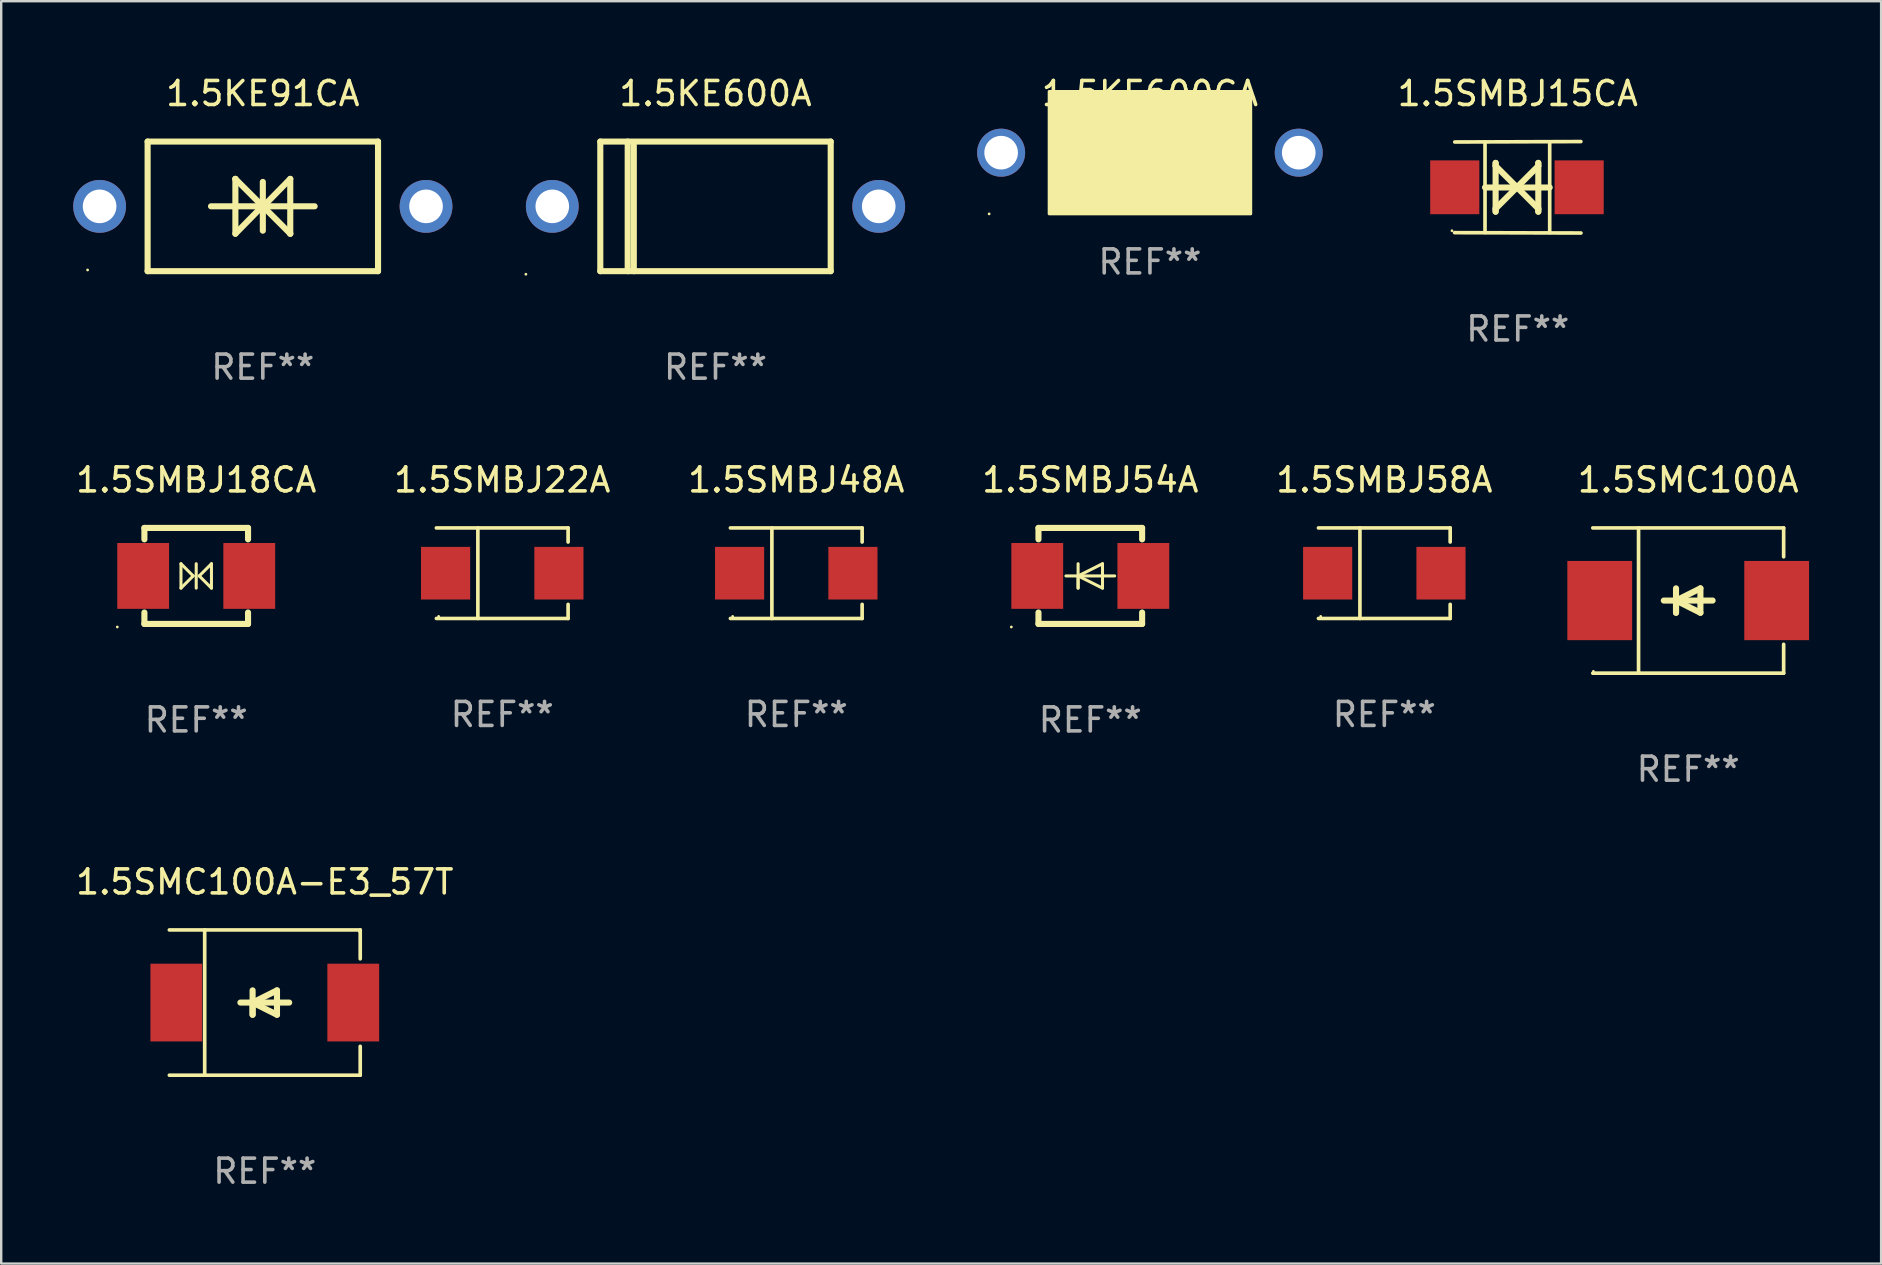
<source format=kicad_pcb>
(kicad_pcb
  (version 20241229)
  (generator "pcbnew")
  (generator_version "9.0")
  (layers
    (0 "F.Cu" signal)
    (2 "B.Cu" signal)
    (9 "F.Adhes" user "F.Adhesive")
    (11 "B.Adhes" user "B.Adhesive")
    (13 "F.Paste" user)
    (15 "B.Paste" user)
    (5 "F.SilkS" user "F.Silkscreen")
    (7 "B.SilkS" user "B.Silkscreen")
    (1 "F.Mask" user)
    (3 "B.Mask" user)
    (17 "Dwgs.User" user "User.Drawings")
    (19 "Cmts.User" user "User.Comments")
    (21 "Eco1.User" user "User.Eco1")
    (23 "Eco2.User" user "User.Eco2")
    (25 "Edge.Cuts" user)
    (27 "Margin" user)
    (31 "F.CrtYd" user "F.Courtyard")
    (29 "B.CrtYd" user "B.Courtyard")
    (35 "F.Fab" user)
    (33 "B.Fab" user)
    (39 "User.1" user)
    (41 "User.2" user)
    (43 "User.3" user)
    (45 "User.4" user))
  (footprint "1.5SMBJ54A"
    (layer "F.Cu")
    (at 42.375 20.945)
    (property "Reference" "1.5SMBJ54A" (at 0 -4 0) (layer "F.SilkS") (effects (font (size 1 1) (thickness 0.15))))
    (attr through_hole)
    (fp_line (start -2.159 -2) (end 2.159 -2) (stroke (width 0.254) (type solid)) (layer "F.SilkS"))
    (fp_line (start -2.159 -1.524) (end -2.159 -2) (stroke (width 0.254) (type solid)) (layer "F.SilkS"))
    (fp_line (start -2.159 1.524) (end -2.159 2) (stroke (width 0.254) (type solid)) (layer "F.SilkS"))
    (fp_line (start -2.159 2) (end 2.159 2) (stroke (width 0.254) (type solid)) (layer "F.SilkS"))
    (fp_line (start -0.508 0) (end -0.508 0.508) (stroke (width 0.127) (type solid)) (layer "F.SilkS"))
    (fp_line (start -0.508 0) (end 0.508 0.508) (stroke (width 0.127) (type solid)) (layer "F.SilkS"))
    (fp_line (start -0.508 0.508) (end -0.508 -0.508) (stroke (width 0.127) (type solid)) (layer "F.SilkS"))
    (fp_line (start 0.508 -0.508) (end -0.508 0) (stroke (width 0.127) (type solid)) (layer "F.SilkS"))
    (fp_line (start 0.508 0.508) (end 0.508 -0.508) (stroke (width 0.127) (type solid)) (layer "F.SilkS"))
    (fp_line (start 1.016 0) (end -1.016 0) (stroke (width 0.127) (type solid)) (layer "F.SilkS"))
    (fp_line (start 2.159 -2) (end 2.159 -1.524) (stroke (width 0.254) (type solid)) (layer "F.SilkS"))
    (fp_line (start 2.159 2) (end 2.159 1.524) (stroke (width 0.254) (type solid)) (layer "F.SilkS"))
    (fp_circle (center -3.289 2.127) (end -3.259 2.127) (stroke (width 0.06) (type solid)) (fill no) (layer "F.SilkS"))
    (fp_text user "REF**" (at 0 6 0) (layer "F.Fab") (effects (font (size 1 1) (thickness 0.15))))
    (pad "1" smd rect (at -2.21 0 180) (size 2.159 2.743) (layers "F.Cu" "F.Mask" "F.Paste"))
    (pad "2" smd rect (at 2.21 0 180) (size 2.159 2.743) (layers "F.Cu" "F.Mask" "F.Paste")))
  (footprint "1.5KE600A"
    (layer "F.Cu")
    (at 26.76 5.548)
    (property "Reference" "1.5KE600A" (at 0 -4.7 0) (layer "F.SilkS") (effects (font (size 1 1) (thickness 0.15))))
    (attr through_hole)
    (fp_line (start -4.8 -2.7) (end 4.8 -2.7) (stroke (width 0.254) (type solid)) (layer "F.SilkS"))
    (fp_line (start -4.8 2.7) (end -4.8 -2.7) (stroke (width 0.254) (type solid)) (layer "F.SilkS"))
    (fp_line (start -3.658 2.7) (end -3.658 -2.7) (stroke (width 0.254) (type solid)) (layer "F.SilkS"))
    (fp_line (start -3.404 2.7) (end -3.404 -2.54) (stroke (width 0.254) (type solid)) (layer "F.SilkS"))
    (fp_line (start 4.8 2.7) (end -4.8 2.7) (stroke (width 0.254) (type solid)) (layer "F.SilkS"))
    (fp_line (start 4.8 2.7) (end 4.8 -2.7) (stroke (width 0.254) (type solid)) (layer "F.SilkS"))
    (fp_circle (center -7.9 2.827) (end -7.87 2.827) (stroke (width 0.06) (type solid)) (fill no) (layer "F.SilkS"))
    (fp_text user "REF**" (at 0 6.7 0) (layer "F.Fab") (effects (font (size 1 1) (thickness 0.15))))
    (pad "1" thru_hole circle (at -6.8 0) (size 2.2 2.2) (drill 1.4) (layers "*.Cu" "*.Mask"))
    (pad "2" thru_hole circle (at 6.8 0) (size 2.2 2.2) (drill 1.4) (layers "*.Cu" "*.Mask")))
  (footprint "1.5SMBJ15CA"
    (layer "F.Cu")
    (at 60.185 4.753)
    (property "Reference" "1.5SMBJ15CA" (at 0 -3.905 0) (layer "F.SilkS") (effects (font (size 1 1) (thickness 0.15))))
    (attr through_hole)
    (fp_line (start -1.365 1.886) (end -1.365 -1.886) (stroke (width 0.152) (type solid)) (layer "F.SilkS"))
    (fp_line (start -1.365 0.008) (end 1.33 0.008) (stroke (width 0.254) (type solid)) (layer "F.SilkS"))
    (fp_line (start -0.923 -1.016) (end -0.923 1.016) (stroke (width 0.254) (type solid)) (layer "F.SilkS"))
    (fp_line (start -0.923 -0.889) (end -0.923 -1.016) (stroke (width 0.254) (type solid)) (layer "F.SilkS"))
    (fp_line (start -0.923 0.889) (end -0.034 0) (stroke (width 0.254) (type solid)) (layer "F.SilkS"))
    (fp_line (start -0.923 1.016) (end -0.923 0.889) (stroke (width 0.254) (type solid)) (layer "F.SilkS"))
    (fp_line (start -0.034 0) (end -0.923 -0.889) (stroke (width 0.254) (type solid)) (layer "F.SilkS"))
    (fp_line (start -0.034 0) (end 0.855 0.889) (stroke (width 0.254) (type solid)) (layer "F.SilkS"))
    (fp_line (start 0.855 -1.016) (end 0.855 -0.889) (stroke (width 0.254) (type solid)) (layer "F.SilkS"))
    (fp_line (start 0.855 -0.889) (end -0.034 0) (stroke (width 0.254) (type solid)) (layer "F.SilkS"))
    (fp_line (start 0.855 0.889) (end 0.855 1.016) (stroke (width 0.254) (type solid)) (layer "F.SilkS"))
    (fp_line (start 0.855 1.016) (end 0.855 -1.016) (stroke (width 0.254) (type solid)) (layer "F.SilkS"))
    (fp_line (start 1.33 1.886) (end 1.33 -1.886) (stroke (width 0.152) (type solid)) (layer "F.SilkS"))
    (fp_line (start 2.629 -1.905) (end -2.625 -1.887) (stroke (width 0.152) (type solid)) (layer "F.SilkS"))
    (fp_line (start 2.633 1.905) (end -2.633 1.89) (stroke (width 0.152) (type solid)) (layer "F.SilkS"))
    (fp_circle (center -2.741 1.81) (end -2.711 1.81) (stroke (width 0.06) (type solid)) (fill no) (layer "F.SilkS"))
    (fp_text user "REF**" (at 0 5.905 0) (layer "F.Fab") (effects (font (size 1 1) (thickness 0.15))))
    (pad "1" smd rect (at -2.625 0) (size 2.047 2.241) (layers "F.Cu" "F.Mask" "F.Paste"))
    (pad "2" smd rect (at 2.557 0) (size 2.047 2.241) (layers "F.Cu" "F.Mask" "F.Paste")))
  (footprint "1.5SMC100A"
    (layer "F.Cu")
    (at 67.286 21.971)
    (property "Reference" "1.5SMC100A" (at 0 -5.026 0) (layer "F.SilkS") (effects (font (size 1 1) (thickness 0.15))))
    (attr through_hole)
    (fp_line (start -3.976 -3.026) (end 3.976 -3.026) (stroke (width 0.152) (type solid)) (layer "F.SilkS"))
    (fp_line (start -3.976 3.026) (end 3.976 3.026) (stroke (width 0.152) (type solid)) (layer "F.SilkS"))
    (fp_line (start -2.069 -3.026) (end -2.069 3.026) (stroke (width 0.152) (type solid)) (layer "F.SilkS"))
    (fp_line (start -0.508 0) (end -0.508 0.508) (stroke (width 0.254) (type solid)) (layer "F.SilkS"))
    (fp_line (start -0.508 0) (end 0.508 0.508) (stroke (width 0.254) (type solid)) (layer "F.SilkS"))
    (fp_line (start -0.508 0.508) (end -0.508 -0.508) (stroke (width 0.254) (type solid)) (layer "F.SilkS"))
    (fp_line (start 0.508 -0.508) (end -0.508 0) (stroke (width 0.254) (type solid)) (layer "F.SilkS"))
    (fp_line (start 0.508 0.508) (end 0.508 -0.508) (stroke (width 0.254) (type solid)) (layer "F.SilkS"))
    (fp_line (start 1.016 0) (end -1.016 0) (stroke (width 0.254) (type solid)) (layer "F.SilkS"))
    (fp_line (start 3.976 -3.026) (end 3.976 -1.823) (stroke (width 0.152) (type solid)) (layer "F.SilkS"))
    (fp_line (start 3.976 3.026) (end 3.976 1.823) (stroke (width 0.152) (type solid)) (layer "F.SilkS"))
    (fp_circle (center -3.95 2.95) (end -3.92 2.95) (stroke (width 0.06) (type solid)) (fill no) (layer "F.SilkS"))
    (fp_text user "REF**" (at 0 7.026 0) (layer "F.Fab") (effects (font (size 1 1) (thickness 0.15))))
    (pad "1" smd rect (at -3.686 0) (size 2.7 3.3) (layers "F.Cu" "F.Mask" "F.Paste"))
    (pad "2" smd rect (at 3.686 0) (size 2.7 3.3) (layers "F.Cu" "F.Mask" "F.Paste")))
  (footprint "1.5KE600CA"
    (layer "F.Cu")
    (at 44.86 3.356)
    (property "Reference" "1.5KE600CA" (at 0 -2.508 0) (layer "F.SilkS") (effects (font (size 1 1) (thickness 0.15))))
    (attr through_hole)
    (fp_line (start -1.498 0) (end 0.534 0) (stroke (width 0.254) (type solid)) (layer "F.SilkS"))
    (fp_line (start -0.99 -0.508) (end -0.99 0.508) (stroke (width 0.254) (type solid)) (layer "F.SilkS"))
    (fp_line (start -0.99 0.508) (end 0.026 0) (stroke (width 0.254) (type solid)) (layer "F.SilkS"))
    (fp_line (start 0.026 -0.508) (end 0.026 0.508) (stroke (width 0.254) (type solid)) (layer "F.SilkS"))
    (fp_line (start 0.026 0) (end -0.99 -0.508) (stroke (width 0.254) (type solid)) (layer "F.SilkS"))
    (fp_line (start 0.026 0) (end 0.026 -0.508) (stroke (width 0.254) (type solid)) (layer "F.SilkS"))
    (fp_line (start 0.038 0) (end 0.038 0.508) (stroke (width 0.254) (type solid)) (layer "F.SilkS"))
    (fp_line (start 0.038 0) (end 1.054 0.508) (stroke (width 0.254) (type solid)) (layer "F.SilkS"))
    (fp_line (start 0.038 0.508) (end 0.038 -0.508) (stroke (width 0.254) (type solid)) (layer "F.SilkS"))
    (fp_line (start 1.054 -0.508) (end 0.038 0) (stroke (width 0.254) (type solid)) (layer "F.SilkS"))
    (fp_line (start 1.054 0.508) (end 1.054 -0.508) (stroke (width 0.254) (type solid)) (layer "F.SilkS"))
    (fp_line (start 1.562 0) (end -0.47 0) (stroke (width 0.254) (type solid)) (layer "F.SilkS"))
    (fp_circle (center -6.7 2.505) (end -6.67 2.505) (stroke (width 0.06) (type solid)) (fill no) (layer "F.SilkS"))
    (fp_poly (pts (xy -4.2 -2.595) (xy 4.2 -2.595) (xy 4.2 2.505) (xy -4.2 2.505)) (stroke (width 0.12) (type solid)) (fill yes) (layer "F.SilkS"))
    (fp_text user "REF**" (at 0 4.508 0) (layer "F.Fab") (effects (font (size 1 1) (thickness 0.15))))
    (pad "1" thru_hole circle (at -6.2 -0.045) (size 2 2) (drill 1.4) (layers "*.Cu" "*.Mask"))
    (pad "2" thru_hole circle (at 6.2 -0.045) (size 2 2) (drill 1.4) (layers "*.Cu" "*.Mask")))
  (footprint "1.5SMBJ48A"
    (layer "F.Cu")
    (at 30.125 20.831)
    (property "Reference" "1.5SMBJ48A" (at 0 -3.886 0) (layer "F.SilkS") (effects (font (size 1 1) (thickness 0.15))))
    (attr through_hole)
    (fp_line (start -2.744 -1.886) (end 2.744 -1.886) (stroke (width 0.152) (type solid)) (layer "F.SilkS"))
    (fp_line (start -2.744 1.886) (end 2.744 1.886) (stroke (width 0.152) (type solid)) (layer "F.SilkS"))
    (fp_line (start -1.016 -1.886) (end -1.016 1.886) (stroke (width 0.152) (type solid)) (layer "F.SilkS"))
    (fp_line (start 2.744 -1.886) (end 2.744 -1.299) (stroke (width 0.152) (type solid)) (layer "F.SilkS"))
    (fp_line (start 2.744 1.886) (end 2.744 1.299) (stroke (width 0.152) (type solid)) (layer "F.SilkS"))
    (fp_circle (center -2.65 1.8) (end -2.62 1.8) (stroke (width 0.06) (type solid)) (fill no) (layer "F.SilkS"))
    (fp_text user "REF**" (at 0 5.886 0) (layer "F.Fab") (effects (font (size 1 1) (thickness 0.15))))
    (pad "1" smd rect (at -2.361 0) (size 2.047 2.192) (layers "F.Cu" "F.Mask" "F.Paste"))
    (pad "2" smd rect (at 2.361 0) (size 2.047 2.192) (layers "F.Cu" "F.Mask" "F.Paste")))
  (footprint "1.5SMBJ18CA"
    (layer "F.Cu")
    (at 5.125 20.945)
    (property "Reference" "1.5SMBJ18CA" (at 0 -4 0) (layer "F.SilkS") (effects (font (size 1 1) (thickness 0.15))))
    (attr through_hole)
    (fp_line (start -2.159 -2) (end 2.159 -2) (stroke (width 0.254) (type solid)) (layer "F.SilkS"))
    (fp_line (start -2.159 -1.524) (end -2.159 -2) (stroke (width 0.254) (type solid)) (layer "F.SilkS"))
    (fp_line (start -2.159 1.524) (end -2.159 2) (stroke (width 0.254) (type solid)) (layer "F.SilkS"))
    (fp_line (start -2.159 2) (end 2.159 2) (stroke (width 0.254) (type solid)) (layer "F.SilkS"))
    (fp_line (start -0.635 -0.508) (end -0.127 0) (stroke (width 0.127) (type solid)) (layer "F.SilkS"))
    (fp_line (start -0.635 0.508) (end -0.635 -0.508) (stroke (width 0.127) (type solid)) (layer "F.SilkS"))
    (fp_line (start -0.127 0) (end -0.635 0.508) (stroke (width 0.127) (type solid)) (layer "F.SilkS"))
    (fp_line (start 0 0.508) (end 0 -0.508) (stroke (width 0.127) (type solid)) (layer "F.SilkS"))
    (fp_line (start 0.127 0) (end 0.635 -0.508) (stroke (width 0.127) (type solid)) (layer "F.SilkS"))
    (fp_line (start 0.635 -0.508) (end 0.635 0.508) (stroke (width 0.127) (type solid)) (layer "F.SilkS"))
    (fp_line (start 0.635 0.508) (end 0.127 0) (stroke (width 0.127) (type solid)) (layer "F.SilkS"))
    (fp_line (start 2.159 -2) (end 2.159 -1.524) (stroke (width 0.254) (type solid)) (layer "F.SilkS"))
    (fp_line (start 2.159 2) (end 2.159 1.524) (stroke (width 0.254) (type solid)) (layer "F.SilkS"))
    (fp_circle (center -3.289 2.127) (end -3.259 2.127) (stroke (width 0.06) (type solid)) (fill no) (layer "F.SilkS"))
    (fp_text user "REF**" (at 0 6 0) (layer "F.Fab") (effects (font (size 1 1) (thickness 0.15))))
    (pad "1" smd rect (at -2.21 0 180) (size 2.159 2.743) (layers "F.Cu" "F.Mask" "F.Paste"))
    (pad "2" smd rect (at 2.21 0 180) (size 2.159 2.743) (layers "F.Cu" "F.Mask" "F.Paste")))
  (footprint "1.5SMC100A-E3_57T"
    (layer "F.Cu")
    (at 7.982 38.72)
    (property "Reference" "1.5SMC100A-E3_57T" (at 0 -5.026 0) (layer "F.SilkS") (effects (font (size 1 1) (thickness 0.15))))
    (attr through_hole)
    (fp_line (start -3.976 -3.026) (end 3.976 -3.026) (stroke (width 0.152) (type solid)) (layer "F.SilkS"))
    (fp_line (start -3.976 3.026) (end 3.976 3.026) (stroke (width 0.152) (type solid)) (layer "F.SilkS"))
    (fp_line (start -2.504 -3.026) (end -2.504 3.026) (stroke (width 0.152) (type solid)) (layer "F.SilkS"))
    (fp_line (start -0.508 0) (end -0.508 0.508) (stroke (width 0.254) (type solid)) (layer "F.SilkS"))
    (fp_line (start -0.508 0) (end 0.508 0.508) (stroke (width 0.254) (type solid)) (layer "F.SilkS"))
    (fp_line (start -0.508 0.508) (end -0.508 -0.508) (stroke (width 0.254) (type solid)) (layer "F.SilkS"))
    (fp_line (start 0.508 -0.508) (end -0.508 0) (stroke (width 0.254) (type solid)) (layer "F.SilkS"))
    (fp_line (start 0.508 0.508) (end 0.508 -0.508) (stroke (width 0.254) (type solid)) (layer "F.SilkS"))
    (fp_line (start 1.016 0) (end -1.016 0) (stroke (width 0.254) (type solid)) (layer "F.SilkS"))
    (fp_line (start 3.976 -3.026) (end 3.976 -1.823) (stroke (width 0.152) (type solid)) (layer "F.SilkS"))
    (fp_line (start 3.976 3.026) (end 3.976 1.823) (stroke (width 0.152) (type solid)) (layer "F.SilkS"))
    (fp_circle (center 3.95 -2.95) (end 3.98 -2.95) (stroke (width 0.06) (type solid)) (fill no) (layer "F.SilkS"))
    (fp_text user "REF**" (at 0 7.026 0) (layer "F.Fab") (effects (font (size 1 1) (thickness 0.15))))
    (pad "1" smd rect (at 3.686 0 180) (size 2.158 3.24) (layers "F.Cu" "F.Mask" "F.Paste"))
    (pad "2" smd rect (at -3.686 0 180) (size 2.158 3.24) (layers "F.Cu" "F.Mask" "F.Paste")))
  (footprint "1.5SMBJ22A"
    (layer "F.Cu")
    (at 17.875 20.831)
    (property "Reference" "1.5SMBJ22A" (at 0 -3.886 0) (layer "F.SilkS") (effects (font (size 1 1) (thickness 0.15))))
    (attr through_hole)
    (fp_line (start -2.744 -1.886) (end 2.744 -1.886) (stroke (width 0.152) (type solid)) (layer "F.SilkS"))
    (fp_line (start -2.744 1.886) (end 2.744 1.886) (stroke (width 0.152) (type solid)) (layer "F.SilkS"))
    (fp_line (start -1.016 -1.886) (end -1.016 1.886) (stroke (width 0.152) (type solid)) (layer "F.SilkS"))
    (fp_line (start 2.744 -1.886) (end 2.744 -1.299) (stroke (width 0.152) (type solid)) (layer "F.SilkS"))
    (fp_line (start 2.744 1.886) (end 2.744 1.299) (stroke (width 0.152) (type solid)) (layer "F.SilkS"))
    (fp_circle (center -2.65 1.8) (end -2.62 1.8) (stroke (width 0.06) (type solid)) (fill no) (layer "F.SilkS"))
    (fp_text user "REF**" (at 0 5.886 0) (layer "F.Fab") (effects (font (size 1 1) (thickness 0.15))))
    (pad "1" smd rect (at -2.361 0) (size 2.047 2.192) (layers "F.Cu" "F.Mask" "F.Paste"))
    (pad "2" smd rect (at 2.361 0) (size 2.047 2.192) (layers "F.Cu" "F.Mask" "F.Paste")))
  (footprint "1.5KE91CA"
    (layer "F.Cu")
    (at 7.9 5.548)
    (property "Reference" "1.5KE91CA" (at 0 -4.7 0) (layer "F.SilkS") (effects (font (size 1 1) (thickness 0.15))))
    (attr through_hole)
    (fp_line (start -4.8 -2.7) (end -4.8 2.7) (stroke (width 0.254) (type solid)) (layer "F.SilkS"))
    (fp_line (start -4.8 -2.7) (end 4.8 -2.7) (stroke (width 0.254) (type solid)) (layer "F.SilkS"))
    (fp_line (start -2.159 -0.003) (end 2.159 -0.003) (stroke (width 0.254) (type solid)) (layer "F.SilkS"))
    (fp_line (start -1.143 -1.146) (end -1.143 1.14) (stroke (width 0.254) (type solid)) (layer "F.SilkS"))
    (fp_line (start -1.143 -1.143) (end -1.143 -1.146) (stroke (width 0.254) (type solid)) (layer "F.SilkS"))
    (fp_line (start 0 -1.019) (end 0 1.013) (stroke (width 0.254) (type solid)) (layer "F.SilkS"))
    (fp_line (start 0 -0.026) (end -1.143 1.14) (stroke (width 0.254) (type solid)) (layer "F.SilkS"))
    (fp_line (start 0 -0.006) (end 1.143 1.137) (stroke (width 0.254) (type solid)) (layer "F.SilkS"))
    (fp_line (start 0 0) (end -1.143 -1.143) (stroke (width 0.254) (type solid)) (layer "F.SilkS"))
    (fp_line (start 0 0.02) (end 1.143 -1.146) (stroke (width 0.254) (type solid)) (layer "F.SilkS"))
    (fp_line (start 1.143 1.137) (end 1.143 1.14) (stroke (width 0.254) (type solid)) (layer "F.SilkS"))
    (fp_line (start 1.143 1.14) (end 1.143 -1.146) (stroke (width 0.254) (type solid)) (layer "F.SilkS"))
    (fp_line (start 4.8 -2.7) (end 4.8 2.7) (stroke (width 0.254) (type solid)) (layer "F.SilkS"))
    (fp_line (start 4.8 2.7) (end -4.8 2.7) (stroke (width 0.254) (type solid)) (layer "F.SilkS"))
    (fp_circle (center -7.3 2.65) (end -7.27 2.65) (stroke (width 0.06) (type solid)) (fill no) (layer "F.SilkS"))
    (fp_text user "REF**" (at 0 6.7 0) (layer "F.Fab") (effects (font (size 1 1) (thickness 0.15))))
    (pad "1" thru_hole circle (at -6.8 0) (size 2.2 2.2) (drill 1.4) (layers "*.Cu" "*.Mask"))
    (pad "2" thru_hole circle (at 6.8 0) (size 2.2 2.2) (drill 1.4) (layers "*.Cu" "*.Mask")))
  (footprint "1.5SMBJ58A"
    (layer "F.Cu")
    (at 54.625 20.831)
    (property "Reference" "1.5SMBJ58A" (at 0 -3.886 0) (layer "F.SilkS") (effects (font (size 1 1) (thickness 0.15))))
    (attr through_hole)
    (fp_line (start -2.744 -1.886) (end 2.744 -1.886) (stroke (width 0.152) (type solid)) (layer "F.SilkS"))
    (fp_line (start -2.744 1.886) (end 2.744 1.886) (stroke (width 0.152) (type solid)) (layer "F.SilkS"))
    (fp_line (start -1.016 -1.886) (end -1.016 1.886) (stroke (width 0.152) (type solid)) (layer "F.SilkS"))
    (fp_line (start 2.744 -1.886) (end 2.744 -1.299) (stroke (width 0.152) (type solid)) (layer "F.SilkS"))
    (fp_line (start 2.744 1.886) (end 2.744 1.299) (stroke (width 0.152) (type solid)) (layer "F.SilkS"))
    (fp_circle (center -2.65 1.8) (end -2.62 1.8) (stroke (width 0.06) (type solid)) (fill no) (layer "F.SilkS"))
    (fp_text user "REF**" (at 0 5.886 0) (layer "F.Fab") (effects (font (size 1 1) (thickness 0.15))))
    (pad "1" smd rect (at -2.361 0) (size 2.047 2.192) (layers "F.Cu" "F.Mask" "F.Paste"))
    (pad "2" smd rect (at 2.361 0) (size 2.047 2.192) (layers "F.Cu" "F.Mask" "F.Paste")))
  (gr_rect
    (start -3 -3)
    (end 75.323 49.594)
    (stroke (width 0.1) (type default))
    (fill no)
    (layer "Edge.Cuts")))
</source>
